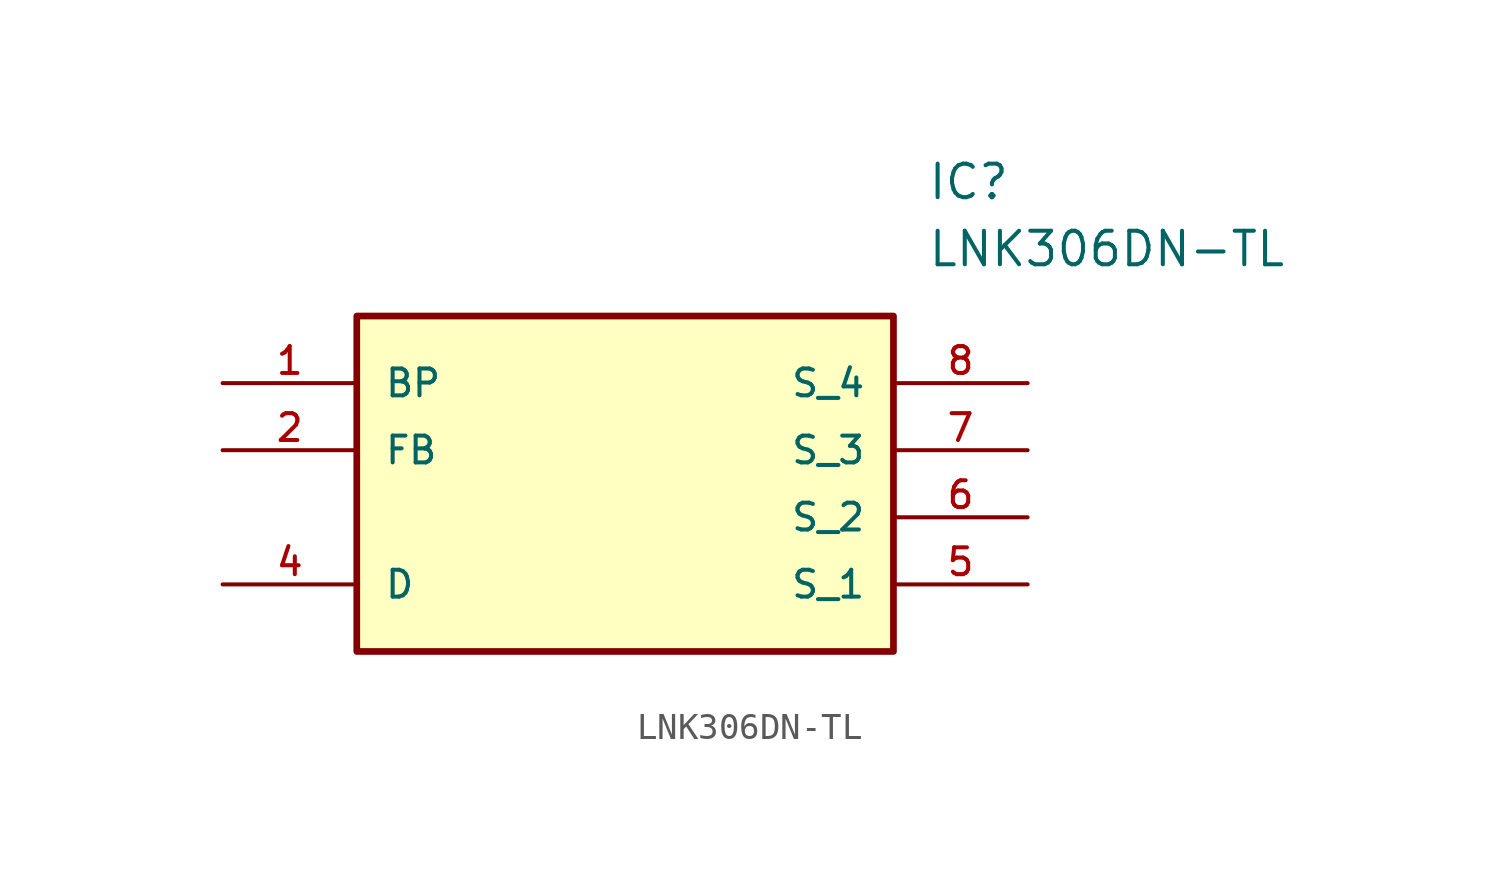
<source format=kicad_sym>
(kicad_symbol_lib
  (version 20211014)
  (generator kicad_symbol_editor)
  (symbol "LNK306DN-TL"
    (pin_names
      (offset 1.016))
    (property "Reference" "IC"
      (at 26.67 7.62 0)
      (effects (font (size 1.27 1.27)) (justify left)))
    (property "Value" "LNK306DN-TL"
      (at 26.67 5.08 0)
      (effects (font (size 1.27 1.27)) (justify left)))
    (symbol "LNK306DN-TL_0_0"
      (rectangle (start 5.08 -10.16) (end 25.4 2.54) (stroke (width 0.254)) (fill (type background)))
      (pin bidirectional line (at 0.0 0.0 0) (length 5.08) (name "BP" (effects (font (size 1.016 1.016)))) (number "1" (effects (font (size 1.016 1.016)))))
      (pin bidirectional line (at 0.0 -2.54 0) (length 5.08) (name "FB" (effects (font (size 1.016 1.016)))) (number "2" (effects (font (size 1.016 1.016)))))
      (pin bidirectional line (at 0.0 -7.62 0) (length 5.08) (name "D" (effects (font (size 1.016 1.016)))) (number "4" (effects (font (size 1.016 1.016)))))
      (pin bidirectional line (at 30.48 0.0 180.0) (length 5.08) (name "S_4" (effects (font (size 1.016 1.016)))) (number "8" (effects (font (size 1.016 1.016)))))
      (pin bidirectional line (at 30.48 -2.54 180.0) (length 5.08) (name "S_3" (effects (font (size 1.016 1.016)))) (number "7" (effects (font (size 1.016 1.016)))))
      (pin bidirectional line (at 30.48 -5.08 180.0) (length 5.08) (name "S_2" (effects (font (size 1.016 1.016)))) (number "6" (effects (font (size 1.016 1.016)))))
      (pin bidirectional line (at 30.48 -7.62 180.0) (length 5.08) (name "S_1" (effects (font (size 1.016 1.016)))) (number "5" (effects (font (size 1.016 1.016))))))))
</source>
